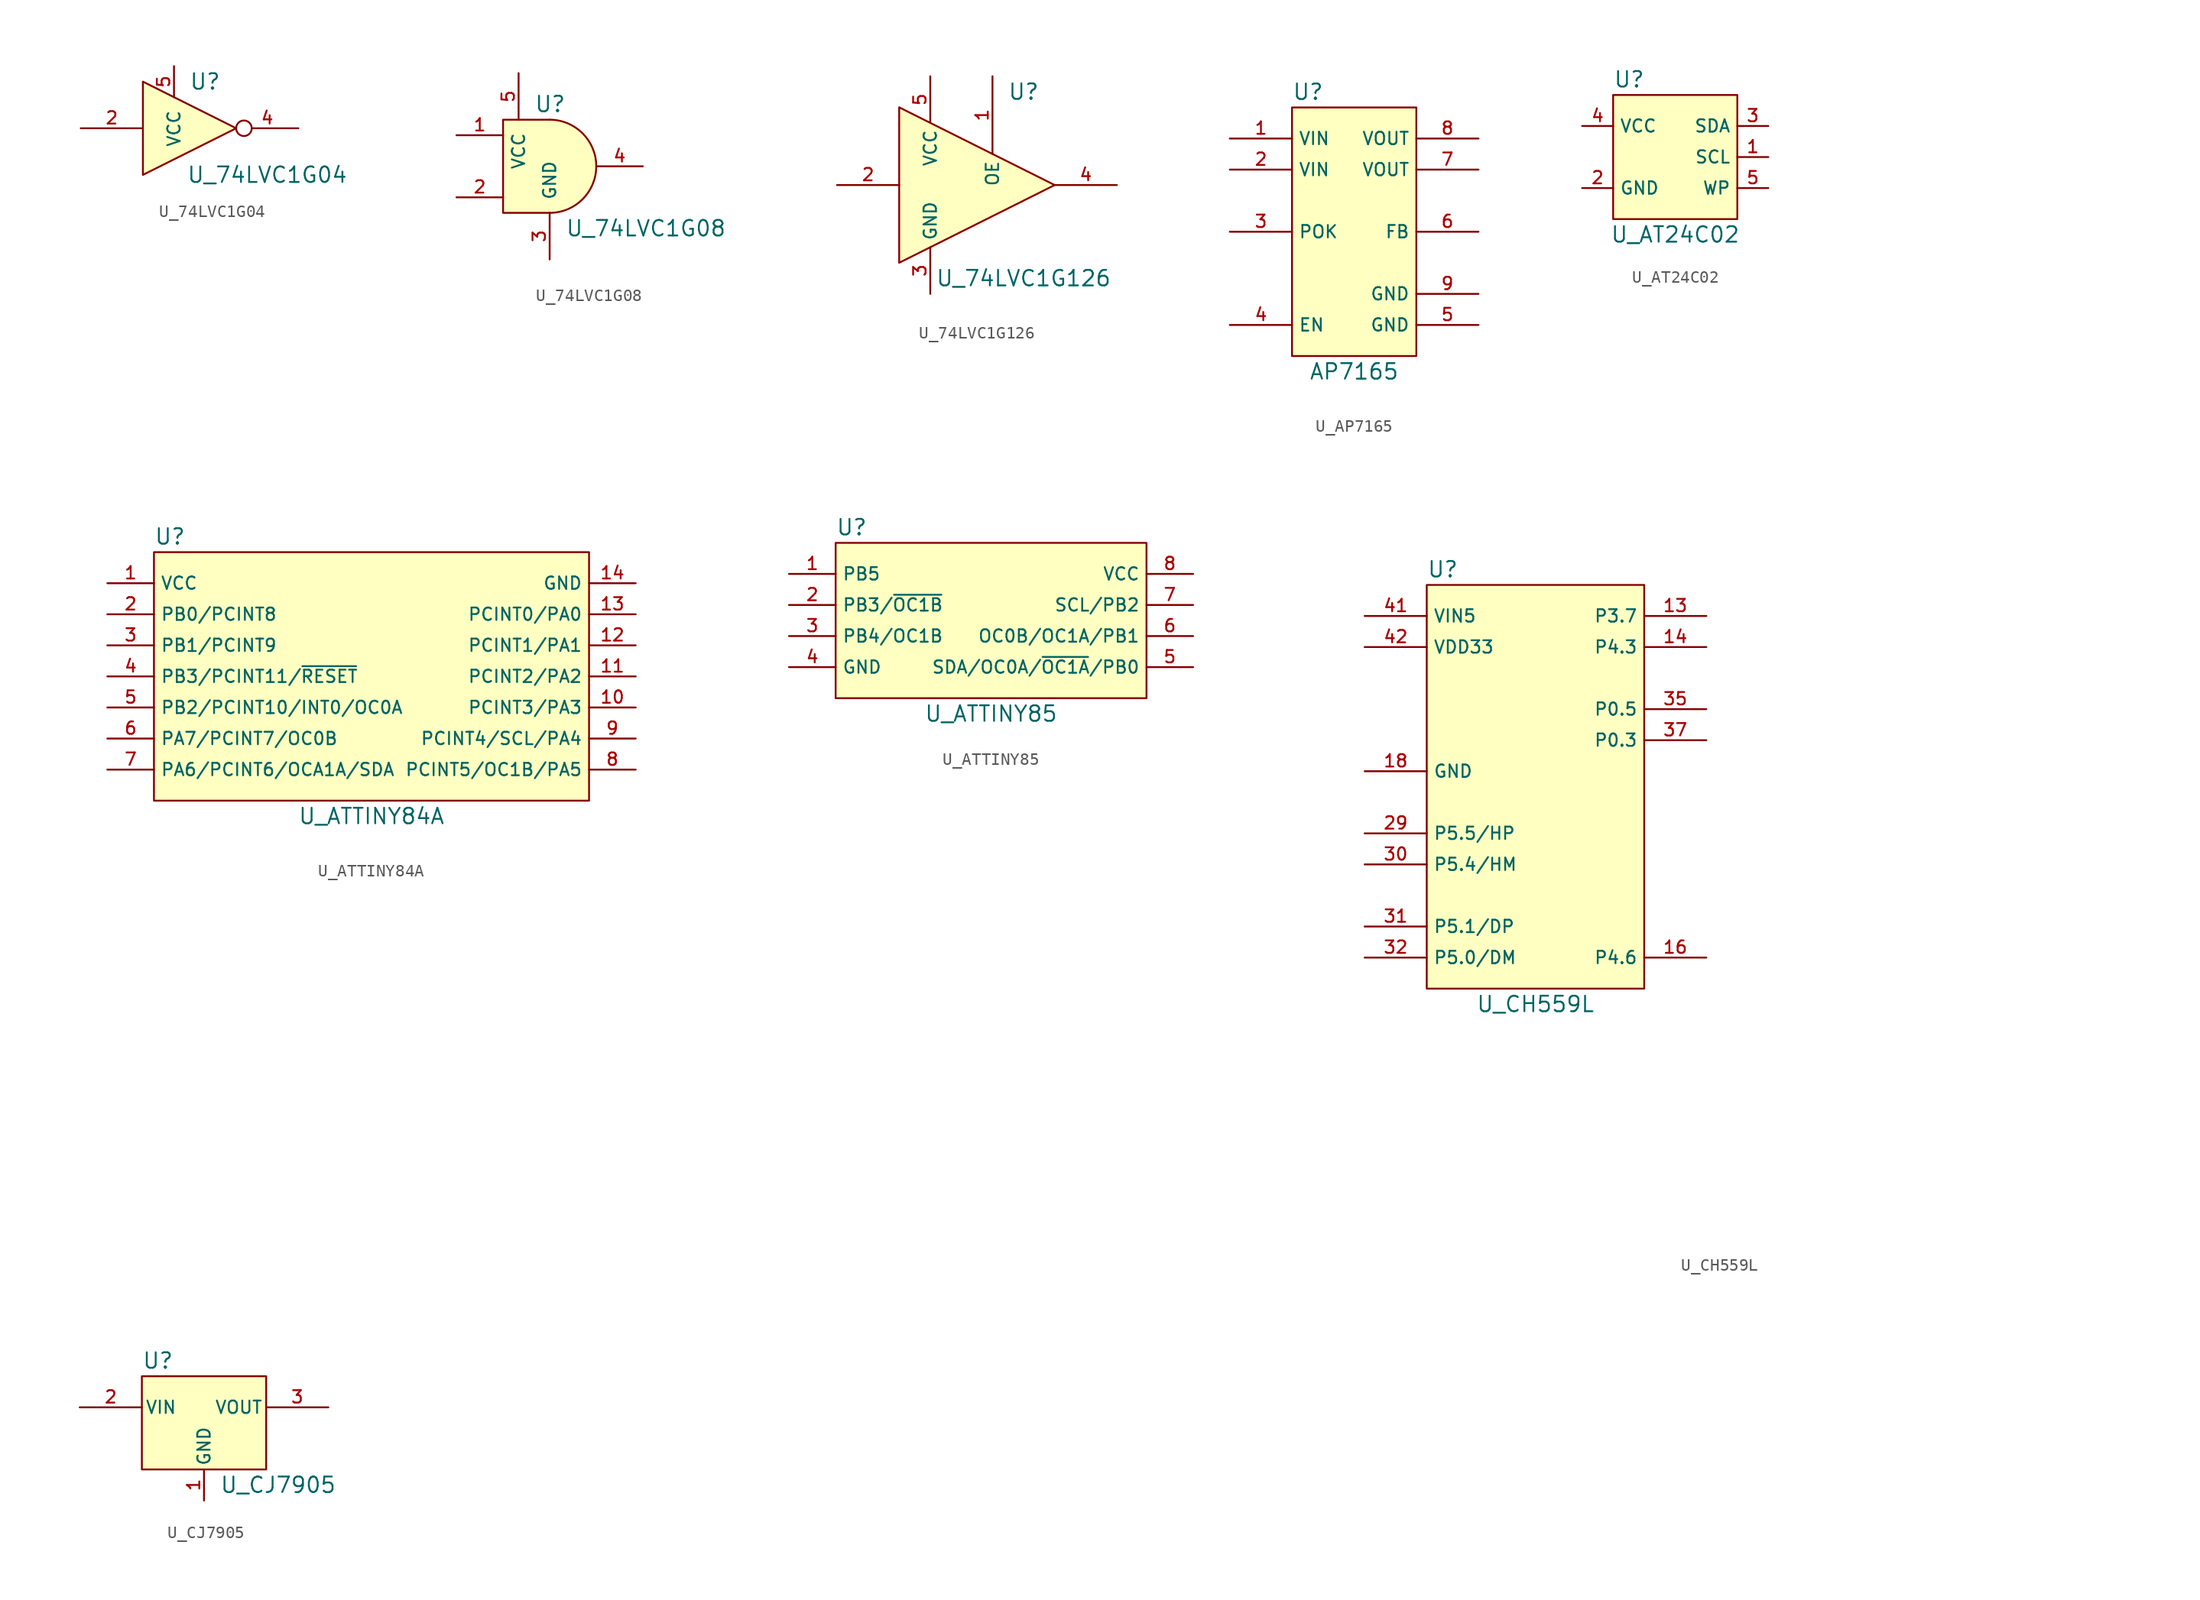
<source format=kicad_sym>
(kicad_symbol_lib
  (version 20220914)
  (generator kicad_symbol_editor)
  (symbol "U_74LVC1G04"
    (pin_names
      (offset 1.016))
    (property "Reference" "U"
      (at 2.54 3.81 0)
      (effects (font (size 1.27 1.27))))
    (property "Value" "U_74LVC1G04"
      (at 7.62 -3.81 0)
      (effects (font (size 1.27 1.27))))
    (symbol "U_74LVC1G04_1_1"
      (polyline (pts (xy -2.54 3.81) (xy -2.54 -3.81) (xy 5.08 0) (xy -2.54 3.81)) (stroke (width 0) (type default)) (fill (type background)))
      (pin no_connect line (at -2.54 3.81 270) (length 0) hide (name "NC" (effects (font (size 1.016 1.016)))) (number "1" (effects (font (size 1.016 1.016)))))
      (pin input line (at -7.62 0 0) (length 5.08) (name "~" (effects (font (size 1.016 1.016)))) (number "2" (effects (font (size 1.016 1.016)))))
      (pin power_in line (at -2.54 -3.81 90) (length 0) hide (name "GND" (effects (font (size 1.016 1.016)))) (number "3" (effects (font (size 1.016 1.016)))))
      (pin output inverted (at 10.16 0 180) (length 5.08) (name "~" (effects (font (size 1.016 1.016)))) (number "4" (effects (font (size 1.016 1.016)))))
      (pin power_in line (at 0 5.08 270) (length 2.54) (name "VCC" (effects (font (size 1.016 1.016)))) (number "5" (effects (font (size 1.016 1.016)))))))
  (symbol "U_74LVC1G08"
    (pin_names
      (offset 1.016))
    (property "Reference" "U"
      (at -1.27 5.08 0)
      (effects (font (size 1.27 1.27)) (justify left)))
    (property "Value" "U_74LVC1G08"
      (at 1.27 -5.08 0)
      (effects (font (size 1.27 1.27)) (justify left)))
    (symbol "U_74LVC1G08_1_0"
      (pin power_in line (at 0 -7.62 90) (length 3.81) (name "GND" (effects (font (size 1.016 1.016)))) (number "3" (effects (font (size 1.016 1.016)))))
      (pin power_in line (at -2.54 7.62 270) (length 3.81) (name "VCC" (effects (font (size 1.016 1.016)))) (number "5" (effects (font (size 1.016 1.016))))))
    (symbol "U_74LVC1G08_1_1"
      (arc (start 0 -3.81) (mid 3.7934 0) (end 0 3.81) (stroke (width 0) (type default)) (fill (type background)))
      (polyline (pts (xy 0 3.81) (xy -3.81 3.81) (xy -3.81 -3.81) (xy 0 -3.81)) (stroke (width 0) (type default)) (fill (type background)))
      (pin input line (at -7.62 2.54 0) (length 3.81) (name "~" (effects (font (size 1.016 1.016)))) (number "1" (effects (font (size 1.016 1.016)))))
      (pin input line (at -7.62 -2.54 0) (length 3.81) (name "~" (effects (font (size 1.016 1.016)))) (number "2" (effects (font (size 1.016 1.016)))))
      (pin output line (at 7.62 0 180) (length 3.81) (name "~" (effects (font (size 1.016 1.016)))) (number "4" (effects (font (size 1.016 1.016)))))))
  (symbol "U_74LVC1G126"
    (property "Reference" "U"
      (at 2.54 7.62 0)
      (effects (font (size 1.27 1.27))))
    (property "Value" "U_74LVC1G126"
      (at 2.54 -7.62 0)
      (effects (font (size 1.27 1.27))))
    (symbol "U_74LVC1G126_1_1"
      (polyline (pts (xy -7.62 6.35) (xy -7.62 -6.35) (xy 5.08 0) (xy -7.62 6.35)) (stroke (width 0) (type default)) (fill (type background)))
      (pin input line (at 0 8.89 270) (length 6.35) (name "OE" (effects (font (size 1.016 1.016)))) (number "1" (effects (font (size 1.016 1.016)))))
      (pin input line (at -12.7 0 0) (length 5.08) (name "~" (effects (font (size 1.016 1.016)))) (number "2" (effects (font (size 1.016 1.016)))))
      (pin power_in line (at -5.08 -8.89 90) (length 3.81) (name "GND" (effects (font (size 1.016 1.016)))) (number "3" (effects (font (size 1.016 1.016)))))
      (pin tri_state line (at 10.16 0 180) (length 5.08) (name "~" (effects (font (size 1.016 1.016)))) (number "4" (effects (font (size 1.016 1.016)))))
      (pin power_in line (at -5.08 8.89 270) (length 3.81) (name "VCC" (effects (font (size 1.016 1.016)))) (number "5" (effects (font (size 1.016 1.016)))))))
  (symbol "U_AP7165"
    (property "Reference" "U"
      (at -5.08 11.43 0)
      (effects (font (size 1.27 1.27)) (justify left)))
    (property "Value" "AP7165"
      (at 0 -11.43 0)
      (effects (font (size 1.27 1.27))))
    (symbol "U_AP7165_1_1"
      (rectangle (start -5.08 10.16) (end 5.08 -10.16) (stroke (width 0) (type default)) (fill (type background)))
      (pin power_in line (at -10.16 7.62 0) (length 5.08) (name "VIN" (effects (font (size 1.016 1.016)))) (number "1" (effects (font (size 1.016 1.016)))))
      (pin power_in line (at -10.16 5.08 0) (length 5.08) (name "VIN" (effects (font (size 1.016 1.016)))) (number "2" (effects (font (size 1.016 1.016)))))
      (pin output line (at -10.16 0 0) (length 5.08) (name "POK" (effects (font (size 1.016 1.016)))) (number "3" (effects (font (size 1.016 1.016)))))
      (pin input line (at -10.16 -7.62 0) (length 5.08) (name "EN" (effects (font (size 1.016 1.016)))) (number "4" (effects (font (size 1.016 1.016)))))
      (pin power_in line (at 10.16 -7.62 180) (length 5.08) (name "GND" (effects (font (size 1.016 1.016)))) (number "5" (effects (font (size 1.016 1.016)))))
      (pin input line (at 10.16 0 180) (length 5.08) (name "FB" (effects (font (size 1.016 1.016)))) (number "6" (effects (font (size 1.016 1.016)))))
      (pin passive line (at 10.16 5.08 180) (length 5.08) (name "VOUT" (effects (font (size 1.016 1.016)))) (number "7" (effects (font (size 1.016 1.016)))))
      (pin power_out line (at 10.16 7.62 180) (length 5.08) (name "VOUT" (effects (font (size 1.016 1.016)))) (number "8" (effects (font (size 1.016 1.016)))))
      (pin power_in line (at 10.16 -5.08 180) (length 5.08) (name "GND" (effects (font (size 1.016 1.016)))) (number "9" (effects (font (size 1.016 1.016)))))))
  (symbol "U_AT24C02"
    (property "Reference" "U"
      (at -5.08 6.35 0)
      (effects (font (size 1.27 1.27)) (justify left)))
    (property "Value" "U_AT24C02"
      (at 0 -6.35 0)
      (effects (font (size 1.27 1.27))))
    (symbol "U_AT24C02_1_1"
      (rectangle (start -5.08 5.08) (end 5.08 -5.08) (stroke (width 0) (type default)) (fill (type background)))
      (pin input line (at 7.62 0 180) (length 2.54) (name "SCL" (effects (font (size 1.016 1.016)))) (number "1" (effects (font (size 1.016 1.016)))))
      (pin power_in line (at -7.62 -2.54 0) (length 2.54) (name "GND" (effects (font (size 1.016 1.016)))) (number "2" (effects (font (size 1.016 1.016)))))
      (pin bidirectional line (at 7.62 2.54 180) (length 2.54) (name "SDA" (effects (font (size 1.016 1.016)))) (number "3" (effects (font (size 1.016 1.016)))))
      (pin power_in line (at -7.62 2.54 0) (length 2.54) (name "VCC" (effects (font (size 1.016 1.016)))) (number "4" (effects (font (size 1.016 1.016)))))
      (pin input line (at 7.62 -2.54 180) (length 2.54) (name "WP" (effects (font (size 1.016 1.016)))) (number "5" (effects (font (size 1.016 1.016)))))))
  (symbol "U_ATTINY84A"
    (property "Reference" "U"
      (at -17.78 7.62 0)
      (effects (font (size 1.27 1.27)) (justify left)))
    (property "Value" "U_ATTINY84A"
      (at 0 -15.24 0)
      (effects (font (size 1.27 1.27))))
    (symbol "U_ATTINY84A_0_0"
      (text "" (at -15.24 1.27 0) (effects (font (size 1.27 1.27)))))
    (symbol "U_ATTINY84A_1_1"
      (rectangle (start -17.78 6.35) (end 17.78 -13.97) (stroke (width 0) (type default)) (fill (type background)))
      (pin power_in line (at -21.59 3.81 0) (length 3.81) (name "VCC" (effects (font (size 1.016 1.016)))) (number "1" (effects (font (size 1.016 1.016)))))
      (pin bidirectional line (at 21.59 -6.35 180) (length 3.81) (name "PCINT3/PA3" (effects (font (size 1.016 1.016)))) (number "10" (effects (font (size 1.016 1.016)))))
      (pin bidirectional line (at 21.59 -3.81 180) (length 3.81) (name "PCINT2/PA2" (effects (font (size 1.016 1.016)))) (number "11" (effects (font (size 1.016 1.016)))))
      (pin bidirectional line (at 21.59 -1.27 180) (length 3.81) (name "PCINT1/PA1" (effects (font (size 1.016 1.016)))) (number "12" (effects (font (size 1.016 1.016)))))
      (pin bidirectional line (at 21.59 1.27 180) (length 3.81) (name "PCINT0/PA0" (effects (font (size 1.016 1.016)))) (number "13" (effects (font (size 1.016 1.016)))))
      (pin power_in line (at 21.59 3.81 180) (length 3.81) (name "GND" (effects (font (size 1.016 1.016)))) (number "14" (effects (font (size 1.016 1.016)))))
      (pin bidirectional line (at -21.59 1.27 0) (length 3.81) (name "PB0/PCINT8" (effects (font (size 1.016 1.016)))) (number "2" (effects (font (size 1.016 1.016)))))
      (pin bidirectional line (at -21.59 -1.27 0) (length 3.81) (name "PB1/PCINT9" (effects (font (size 1.016 1.016)))) (number "3" (effects (font (size 1.016 1.016)))))
      (pin bidirectional line (at -21.59 -3.81 0) (length 3.81) (name "PB3/PCINT11/~{RESET}" (effects (font (size 1.016 1.016)))) (number "4" (effects (font (size 1.016 1.016)))))
      (pin bidirectional line (at -21.59 -6.35 0) (length 3.81) (name "PB2/PCINT10/INT0/OC0A" (effects (font (size 1.016 1.016)))) (number "5" (effects (font (size 1.016 1.016)))))
      (pin bidirectional line (at -21.59 -8.89 0) (length 3.81) (name "PA7/PCINT7/OC0B" (effects (font (size 1.016 1.016)))) (number "6" (effects (font (size 1.016 1.016)))))
      (pin bidirectional line (at -21.59 -11.43 0) (length 3.81) (name "PA6/PCINT6/OCA1A/SDA" (effects (font (size 1.016 1.016)))) (number "7" (effects (font (size 1.016 1.016)))))
      (pin bidirectional line (at 21.59 -11.43 180) (length 3.81) (name "PCINT5/OC1B/PA5" (effects (font (size 1.016 1.016)))) (number "8" (effects (font (size 1.016 1.016)))))
      (pin bidirectional line (at 21.59 -8.89 180) (length 3.81) (name "PCINT4/SCL/PA4" (effects (font (size 1.016 1.016)))) (number "9" (effects (font (size 1.016 1.016)))))))
  (symbol "U_ATTINY85"
    (property "Reference" "U"
      (at -12.7 7.62 0)
      (effects (font (size 1.27 1.27)) (justify left)))
    (property "Value" "U_ATTINY85"
      (at 0 -7.62 0)
      (effects (font (size 1.27 1.27))))
    (symbol "U_ATTINY85_0_0"
      (text "" (at -15.24 1.27 0) (effects (font (size 1.27 1.27)))))
    (symbol "U_ATTINY85_1_1"
      (rectangle (start -12.7 6.35) (end 12.7 -6.35) (stroke (width 0) (type default)) (fill (type background)))
      (pin bidirectional line (at -16.51 3.81 0) (length 3.81) (name "PB5" (effects (font (size 1.016 1.016)))) (number "1" (effects (font (size 1.016 1.016)))))
      (pin bidirectional line (at -16.51 1.27 0) (length 3.81) (name "PB3/~{OC1B}" (effects (font (size 1.016 1.016)))) (number "2" (effects (font (size 1.016 1.016)))))
      (pin bidirectional line (at -16.51 -1.27 0) (length 3.81) (name "PB4/OC1B" (effects (font (size 1.016 1.016)))) (number "3" (effects (font (size 1.016 1.016)))))
      (pin power_in line (at -16.51 -3.81 0) (length 3.81) (name "GND" (effects (font (size 1.016 1.016)))) (number "4" (effects (font (size 1.016 1.016)))))
      (pin bidirectional line (at 16.51 -3.81 180) (length 3.81) (name "SDA/OC0A/~{OC1A}/PB0" (effects (font (size 1.016 1.016)))) (number "5" (effects (font (size 1.016 1.016)))))
      (pin bidirectional line (at 16.51 -1.27 180) (length 3.81) (name "OC0B/OC1A/PB1" (effects (font (size 1.016 1.016)))) (number "6" (effects (font (size 1.016 1.016)))))
      (pin bidirectional line (at 16.51 1.27 180) (length 3.81) (name "SCL/PB2" (effects (font (size 1.016 1.016)))) (number "7" (effects (font (size 1.016 1.016)))))
      (pin power_in line (at 16.51 3.81 180) (length 3.81) (name "VCC" (effects (font (size 1.016 1.016)))) (number "8" (effects (font (size 1.016 1.016)))))))
  (symbol "U_CH559L"
    (property "Reference" "U"
      (at -8.89 17.78 0)
      (effects (font (size 1.27 1.27)) (justify left)))
    (property "Value" "U_CH559L"
      (at 0 -17.78 0)
      (effects (font (size 1.27 1.27))))
    (symbol "U_CH559L_1_1"
      (rectangle (start -8.89 16.51) (end 8.89 -16.51) (stroke (width 0) (type default)) (fill (type background)))
      (pin no_connect line (at 26.67 -5.08 180) (length 0) hide (name "~" (effects (font (size 1.016 1.016)))) (number "1" (effects (font (size 1.016 1.016)))))
      (pin no_connect line (at 26.67 -27.94 180) (length 0) hide (name "~" (effects (font (size 1.016 1.016)))) (number "10" (effects (font (size 1.016 1.016)))))
      (pin no_connect line (at 26.67 -30.48 180) (length 0) hide (name "~" (effects (font (size 1.016 1.016)))) (number "11" (effects (font (size 1.016 1.016)))))
      (pin no_connect line (at 26.67 -33.02 180) (length 0) hide (name "~" (effects (font (size 1.016 1.016)))) (number "12" (effects (font (size 1.016 1.016)))))
      (pin passive line (at 13.97 13.97 180) (length 5.08) (name "P3.7" (effects (font (size 1.016 1.016)))) (number "13" (effects (font (size 1.016 1.016)))))
      (pin passive line (at 13.97 11.43 180) (length 5.08) (name "P4.3" (effects (font (size 1.016 1.016)))) (number "14" (effects (font (size 1.016 1.016)))))
      (pin no_connect line (at 35.56 -5.08 180) (length 0) hide (name "~" (effects (font (size 1.016 1.016)))) (number "15" (effects (font (size 1.016 1.016)))))
      (pin passive line (at 13.97 -13.97 180) (length 5.08) (name "P4.6" (effects (font (size 1.016 1.016)))) (number "16" (effects (font (size 1.016 1.016)))))
      (pin no_connect line (at 35.56 -7.62 180) (length 0) hide (name "~" (effects (font (size 1.016 1.016)))) (number "17" (effects (font (size 1.016 1.016)))))
      (pin passive line (at -13.97 1.27 0) (length 5.08) (name "GND" (effects (font (size 1.016 1.016)))) (number "18" (effects (font (size 1.016 1.016)))))
      (pin no_connect line (at 35.56 -10.16 180) (length 0) hide (name "~" (effects (font (size 1.016 1.016)))) (number "19" (effects (font (size 1.016 1.016)))))
      (pin no_connect line (at 26.67 -7.62 180) (length 0) hide (name "~" (effects (font (size 1.016 1.016)))) (number "2" (effects (font (size 1.016 1.016)))))
      (pin no_connect line (at 35.56 -12.7 180) (length 0) hide (name "~" (effects (font (size 1.016 1.016)))) (number "20" (effects (font (size 1.016 1.016)))))
      (pin no_connect line (at 35.56 -15.24 180) (length 0) hide (name "~" (effects (font (size 1.016 1.016)))) (number "21" (effects (font (size 1.016 1.016)))))
      (pin no_connect line (at 35.56 -17.78 180) (length 0) hide (name "~" (effects (font (size 1.016 1.016)))) (number "22" (effects (font (size 1.016 1.016)))))
      (pin no_connect line (at 35.56 -20.32 180) (length 0) hide (name "~" (effects (font (size 1.016 1.016)))) (number "23" (effects (font (size 1.016 1.016)))))
      (pin no_connect line (at 35.56 -22.86 180) (length 0) hide (name "~" (effects (font (size 1.016 1.016)))) (number "24" (effects (font (size 1.016 1.016)))))
      (pin no_connect line (at 35.56 -25.4 180) (length 0) hide (name "~" (effects (font (size 1.016 1.016)))) (number "25" (effects (font (size 1.016 1.016)))))
      (pin no_connect line (at 35.56 -27.94 180) (length 0) hide (name "~" (effects (font (size 1.016 1.016)))) (number "26" (effects (font (size 1.016 1.016)))))
      (pin no_connect line (at 35.56 -30.48 180) (length 0) hide (name "~" (effects (font (size 1.016 1.016)))) (number "27" (effects (font (size 1.016 1.016)))))
      (pin no_connect line (at 35.56 -33.02 180) (length 0) hide (name "~" (effects (font (size 1.016 1.016)))) (number "28" (effects (font (size 1.016 1.016)))))
      (pin passive line (at -13.97 -3.81 0) (length 5.08) (name "P5.5/HP" (effects (font (size 1.016 1.016)))) (number "29" (effects (font (size 1.016 1.016)))))
      (pin no_connect line (at 26.67 -10.16 180) (length 0) hide (name "~" (effects (font (size 1.016 1.016)))) (number "3" (effects (font (size 1.016 1.016)))))
      (pin passive line (at -13.97 -6.35 0) (length 5.08) (name "P5.4/HM" (effects (font (size 1.016 1.016)))) (number "30" (effects (font (size 1.016 1.016)))))
      (pin passive line (at -13.97 -11.43 0) (length 5.08) (name "P5.1/DP" (effects (font (size 1.016 1.016)))) (number "31" (effects (font (size 1.016 1.016)))))
      (pin passive line (at -13.97 -13.97 0) (length 5.08) (name "P5.0/DM" (effects (font (size 1.016 1.016)))) (number "32" (effects (font (size 1.016 1.016)))))
      (pin no_connect line (at 44.45 -5.08 180) (length 0) hide (name "~" (effects (font (size 1.016 1.016)))) (number "33" (effects (font (size 1.016 1.016)))))
      (pin no_connect line (at 44.45 -7.62 180) (length 0) hide (name "~" (effects (font (size 1.016 1.016)))) (number "34" (effects (font (size 1.016 1.016)))))
      (pin passive line (at 13.97 6.35 180) (length 5.08) (name "P0.5" (effects (font (size 1.016 1.016)))) (number "35" (effects (font (size 1.016 1.016)))))
      (pin no_connect line (at 44.45 -10.16 180) (length 0) hide (name "~" (effects (font (size 1.016 1.016)))) (number "36" (effects (font (size 1.016 1.016)))))
      (pin passive line (at 13.97 3.81 180) (length 5.08) (name "P0.3" (effects (font (size 1.016 1.016)))) (number "37" (effects (font (size 1.016 1.016)))))
      (pin no_connect line (at 44.45 -12.7 180) (length 0) hide (name "~" (effects (font (size 1.016 1.016)))) (number "38" (effects (font (size 1.016 1.016)))))
      (pin no_connect line (at 44.45 -15.24 180) (length 0) hide (name "~" (effects (font (size 1.016 1.016)))) (number "39" (effects (font (size 1.016 1.016)))))
      (pin no_connect line (at 26.67 -12.7 180) (length 0) hide (name "~" (effects (font (size 1.016 1.016)))) (number "4" (effects (font (size 1.016 1.016)))))
      (pin no_connect line (at 44.45 -17.78 180) (length 0) hide (name "~" (effects (font (size 1.016 1.016)))) (number "40" (effects (font (size 1.016 1.016)))))
      (pin passive line (at -13.97 13.97 0) (length 5.08) (name "VIN5" (effects (font (size 1.016 1.016)))) (number "41" (effects (font (size 1.016 1.016)))))
      (pin passive line (at -13.97 11.43 0) (length 5.08) (name "VDD33" (effects (font (size 1.016 1.016)))) (number "42" (effects (font (size 1.016 1.016)))))
      (pin no_connect line (at 44.45 -20.32 180) (length 0) hide (name "~" (effects (font (size 1.016 1.016)))) (number "43" (effects (font (size 1.016 1.016)))))
      (pin no_connect line (at 44.45 -22.86 180) (length 0) hide (name "~" (effects (font (size 1.016 1.016)))) (number "44" (effects (font (size 1.016 1.016)))))
      (pin no_connect line (at 44.45 -25.4 180) (length 0) hide (name "~" (effects (font (size 1.016 1.016)))) (number "45" (effects (font (size 1.016 1.016)))))
      (pin no_connect line (at 44.45 -27.94 180) (length 0) hide (name "~" (effects (font (size 1.016 1.016)))) (number "46" (effects (font (size 1.016 1.016)))))
      (pin no_connect line (at 44.45 -30.48 180) (length 0) hide (name "~" (effects (font (size 1.016 1.016)))) (number "47" (effects (font (size 1.016 1.016)))))
      (pin no_connect line (at 44.45 -33.02 180) (length 0) hide (name "~" (effects (font (size 1.016 1.016)))) (number "48" (effects (font (size 1.016 1.016)))))
      (pin no_connect line (at 26.67 -15.24 180) (length 0) hide (name "~" (effects (font (size 1.016 1.016)))) (number "5" (effects (font (size 1.016 1.016)))))
      (pin no_connect line (at 26.67 -17.78 180) (length 0) hide (name "~" (effects (font (size 1.016 1.016)))) (number "6" (effects (font (size 1.016 1.016)))))
      (pin no_connect line (at 26.67 -20.32 180) (length 0) hide (name "~" (effects (font (size 1.016 1.016)))) (number "7" (effects (font (size 1.016 1.016)))))
      (pin no_connect line (at 26.67 -22.86 180) (length 0) hide (name "~" (effects (font (size 1.016 1.016)))) (number "8" (effects (font (size 1.016 1.016)))))
      (pin no_connect line (at 26.67 -25.4 180) (length 0) hide (name "~" (effects (font (size 1.016 1.016)))) (number "9" (effects (font (size 1.016 1.016)))))))
  (symbol "U_CJ7905"
    (pin_names
      (offset 0.254))
    (property "Reference" "U"
      (at -5.08 5.08 0)
      (effects (font (size 1.27 1.27)) (justify left)))
    (property "Value" "U_CJ7905"
      (at 1.27 -5.08 0)
      (effects (font (size 1.27 1.27)) (justify left)))
    (symbol "U_CJ7905_0_1"
      (rectangle (start -5.08 3.81) (end 5.08 -3.81) (stroke (width 0) (type default)) (fill (type background))))
    (symbol "U_CJ7905_1_1"
      (pin power_in line (at 0 -6.35 90) (length 2.54) (name "GND" (effects (font (size 1.016 1.016)))) (number "1" (effects (font (size 1.016 1.016)))))
      (pin power_in line (at -10.16 1.27 0) (length 5.08) (name "VIN" (effects (font (size 1.016 1.016)))) (number "2" (effects (font (size 1.016 1.016)))))
      (pin power_out line (at 10.16 1.27 180) (length 5.08) (name "VOUT" (effects (font (size 1.016 1.016)))) (number "3" (effects (font (size 1.016 1.016))))))))
</source>
